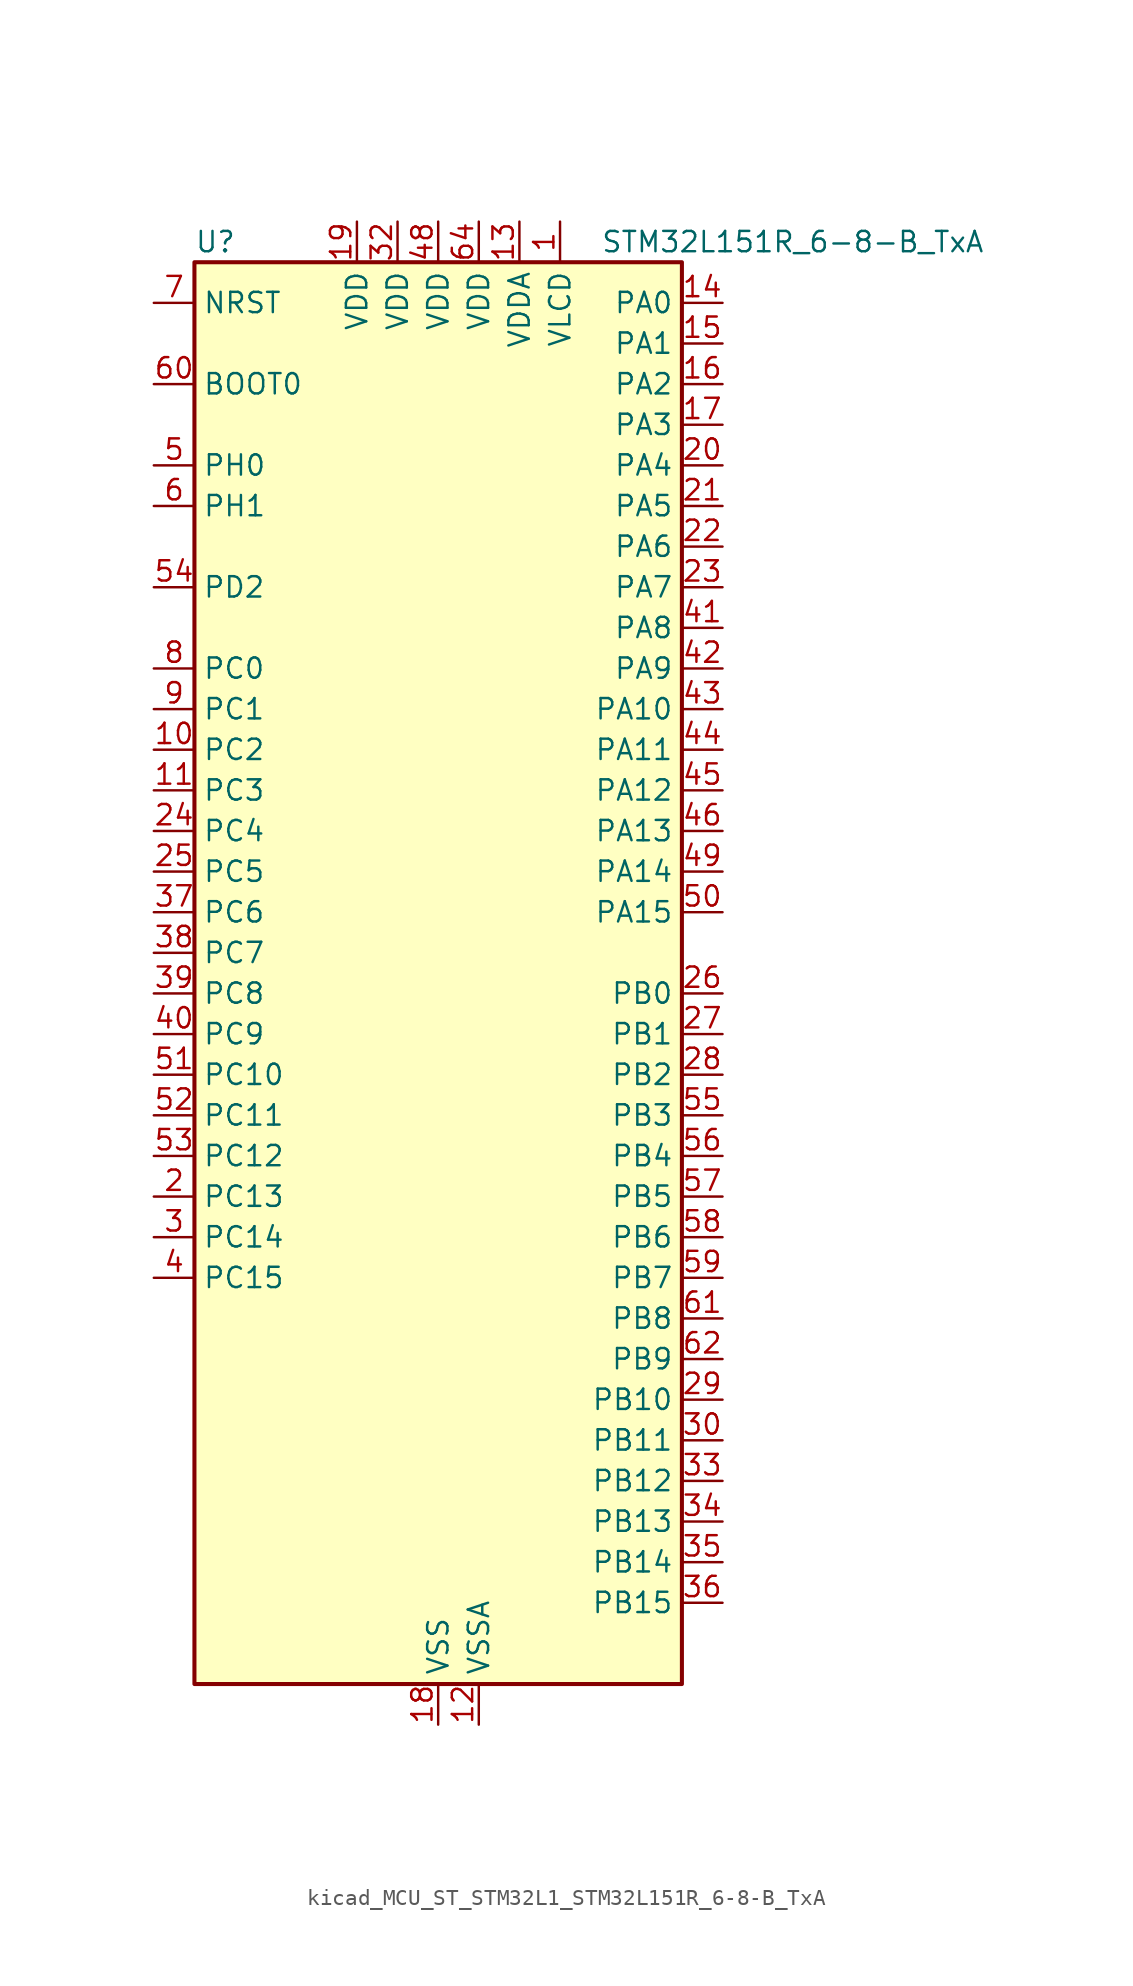
<source format=kicad_sym>
(kicad_symbol_lib
  (version 20220914)
  (generator kicad_symbol_editor)
  (symbol "kicad_MCU_ST_STM32L1_STM32L151R_6-8-B_TxA"
    (property "Reference" "U"
      (at -15.24 46.99 0)
      (effects (font (size 1.27 1.27)) (justify left)))
    (property "Value" "STM32L151R_6-8-B_TxA"
      (at 10.16 46.99 0)
      (effects (font (size 1.27 1.27)) (justify left)))
    (property "ki_locked" ""
      (at 0 0 0)
      (effects (font (size 1.27 1.27))))
    (symbol "kicad_MCU_ST_STM32L1_STM32L151R_6-8-B_TxA_0_1"
      (rectangle (start -15.24 -43.18) (end 15.24 45.72) (stroke (width 0.254) (type default)) (fill (type background))))
    (symbol "kicad_MCU_ST_STM32L1_STM32L151R_6-8-B_TxA_1_1"
      (pin power_in line (at 7.62 48.26 270) (length 2.54) (name "VLCD" (effects (font (size 1.27 1.27)))) (number "1" (effects (font (size 1.27 1.27)))))
      (pin bidirectional line (at -17.78 15.24 0) (length 2.54) (name "PC2" (effects (font (size 1.27 1.27)))) (number "10" (effects (font (size 1.27 1.27)))) (alternate "ADC_IN12" bidirectional line) (alternate "COMP1_INP" bidirectional line) (alternate "TIMX_IC3" bidirectional line) (alternate "TS_G8_IO3" bidirectional line))
      (pin bidirectional line (at -17.78 12.7 0) (length 2.54) (name "PC3" (effects (font (size 1.27 1.27)))) (number "11" (effects (font (size 1.27 1.27)))) (alternate "ADC_IN13" bidirectional line) (alternate "COMP1_INP" bidirectional line) (alternate "TIMX_IC4" bidirectional line) (alternate "TS_G8_IO4" bidirectional line))
      (pin power_in line (at 2.54 -45.72 90) (length 2.54) (name "VSSA" (effects (font (size 1.27 1.27)))) (number "12" (effects (font (size 1.27 1.27)))))
      (pin power_in line (at 5.08 48.26 270) (length 2.54) (name "VDDA" (effects (font (size 1.27 1.27)))) (number "13" (effects (font (size 1.27 1.27)))))
      (pin bidirectional line (at 17.78 43.18 180) (length 2.54) (name "PA0" (effects (font (size 1.27 1.27)))) (number "14" (effects (font (size 1.27 1.27)))) (alternate "ADC_IN0" bidirectional line) (alternate "COMP1_INP" bidirectional line) (alternate "RTC_TAMP2" bidirectional line) (alternate "SYS_WKUP1" bidirectional line) (alternate "TIM2_CH1" bidirectional line) (alternate "TIM2_ETR" bidirectional line) (alternate "TIMX_IC1" bidirectional line) (alternate "TS_G1_IO1" bidirectional line) (alternate "USART2_CTS" bidirectional line))
      (pin bidirectional line (at 17.78 40.64 180) (length 2.54) (name "PA1" (effects (font (size 1.27 1.27)))) (number "15" (effects (font (size 1.27 1.27)))) (alternate "ADC_IN1" bidirectional line) (alternate "COMP1_INP" bidirectional line) (alternate "TIM2_CH2" bidirectional line) (alternate "TIMX_IC2" bidirectional line) (alternate "TS_G1_IO2" bidirectional line) (alternate "USART2_RTS" bidirectional line))
      (pin bidirectional line (at 17.78 38.1 180) (length 2.54) (name "PA2" (effects (font (size 1.27 1.27)))) (number "16" (effects (font (size 1.27 1.27)))) (alternate "ADC_IN2" bidirectional line) (alternate "COMP1_INP" bidirectional line) (alternate "TIM2_CH3" bidirectional line) (alternate "TIM9_CH1" bidirectional line) (alternate "TIMX_IC3" bidirectional line) (alternate "TS_G1_IO3" bidirectional line) (alternate "USART2_TX" bidirectional line))
      (pin bidirectional line (at 17.78 35.56 180) (length 2.54) (name "PA3" (effects (font (size 1.27 1.27)))) (number "17" (effects (font (size 1.27 1.27)))) (alternate "ADC_IN3" bidirectional line) (alternate "COMP1_INP" bidirectional line) (alternate "TIM2_CH4" bidirectional line) (alternate "TIM9_CH2" bidirectional line) (alternate "TIMX_IC4" bidirectional line) (alternate "TS_G1_IO4" bidirectional line) (alternate "USART2_RX" bidirectional line))
      (pin power_in line (at 0 -45.72 90) (length 2.54) (name "VSS" (effects (font (size 1.27 1.27)))) (number "18" (effects (font (size 1.27 1.27)))))
      (pin power_in line (at -5.08 48.26 270) (length 2.54) (name "VDD" (effects (font (size 1.27 1.27)))) (number "19" (effects (font (size 1.27 1.27)))))
      (pin bidirectional line (at -17.78 -12.7 0) (length 2.54) (name "PC13" (effects (font (size 1.27 1.27)))) (number "2" (effects (font (size 1.27 1.27)))) (alternate "RTC_OUT_ALARM" bidirectional line) (alternate "RTC_OUT_CALIB" bidirectional line) (alternate "RTC_TAMP1" bidirectional line) (alternate "RTC_TS" bidirectional line) (alternate "SYS_WKUP2" bidirectional line) (alternate "TIMX_IC2" bidirectional line))
      (pin bidirectional line (at 17.78 33.02 180) (length 2.54) (name "PA4" (effects (font (size 1.27 1.27)))) (number "20" (effects (font (size 1.27 1.27)))) (alternate "ADC_IN4" bidirectional line) (alternate "COMP1_INP" bidirectional line) (alternate "DAC_OUT1" bidirectional line) (alternate "SPI1_NSS" bidirectional line) (alternate "TIMX_IC1" bidirectional line) (alternate "USART2_CK" bidirectional line))
      (pin bidirectional line (at 17.78 30.48 180) (length 2.54) (name "PA5" (effects (font (size 1.27 1.27)))) (number "21" (effects (font (size 1.27 1.27)))) (alternate "ADC_IN5" bidirectional line) (alternate "COMP1_INP" bidirectional line) (alternate "DAC_OUT2" bidirectional line) (alternate "SPI1_SCK" bidirectional line) (alternate "TIM2_CH1" bidirectional line) (alternate "TIM2_ETR" bidirectional line) (alternate "TIMX_IC2" bidirectional line))
      (pin bidirectional line (at 17.78 27.94 180) (length 2.54) (name "PA6" (effects (font (size 1.27 1.27)))) (number "22" (effects (font (size 1.27 1.27)))) (alternate "ADC_IN6" bidirectional line) (alternate "COMP1_INP" bidirectional line) (alternate "SPI1_MISO" bidirectional line) (alternate "TIM10_CH1" bidirectional line) (alternate "TIM3_CH1" bidirectional line) (alternate "TIMX_IC3" bidirectional line) (alternate "TS_G2_IO1" bidirectional line))
      (pin bidirectional line (at 17.78 25.4 180) (length 2.54) (name "PA7" (effects (font (size 1.27 1.27)))) (number "23" (effects (font (size 1.27 1.27)))) (alternate "ADC_IN7" bidirectional line) (alternate "COMP1_INP" bidirectional line) (alternate "SPI1_MOSI" bidirectional line) (alternate "TIM11_CH1" bidirectional line) (alternate "TIM3_CH2" bidirectional line) (alternate "TIMX_IC4" bidirectional line) (alternate "TS_G2_IO2" bidirectional line))
      (pin bidirectional line (at -17.78 10.16 0) (length 2.54) (name "PC4" (effects (font (size 1.27 1.27)))) (number "24" (effects (font (size 1.27 1.27)))) (alternate "ADC_IN14" bidirectional line) (alternate "COMP1_INP" bidirectional line) (alternate "TIMX_IC1" bidirectional line) (alternate "TS_G9_IO1" bidirectional line))
      (pin bidirectional line (at -17.78 7.62 0) (length 2.54) (name "PC5" (effects (font (size 1.27 1.27)))) (number "25" (effects (font (size 1.27 1.27)))) (alternate "ADC_IN15" bidirectional line) (alternate "COMP1_INP" bidirectional line) (alternate "TIMX_IC2" bidirectional line) (alternate "TS_G9_IO2" bidirectional line))
      (pin bidirectional line (at 17.78 0 180) (length 2.54) (name "PB0" (effects (font (size 1.27 1.27)))) (number "26" (effects (font (size 1.27 1.27)))) (alternate "ADC_IN8" bidirectional line) (alternate "COMP1_INP" bidirectional line) (alternate "SYS_V_REF_OUT" bidirectional line) (alternate "TIM3_CH3" bidirectional line) (alternate "TS_G3_IO1" bidirectional line))
      (pin bidirectional line (at 17.78 -2.54 180) (length 2.54) (name "PB1" (effects (font (size 1.27 1.27)))) (number "27" (effects (font (size 1.27 1.27)))) (alternate "ADC_IN9" bidirectional line) (alternate "COMP1_INP" bidirectional line) (alternate "SYS_V_REF_OUT" bidirectional line) (alternate "TIM3_CH4" bidirectional line) (alternate "TS_G3_IO2" bidirectional line))
      (pin bidirectional line (at 17.78 -5.08 180) (length 2.54) (name "PB2" (effects (font (size 1.27 1.27)))) (number "28" (effects (font (size 1.27 1.27)))) (alternate "TS_G3_IO3" bidirectional line))
      (pin bidirectional line (at 17.78 -25.4 180) (length 2.54) (name "PB10" (effects (font (size 1.27 1.27)))) (number "29" (effects (font (size 1.27 1.27)))) (alternate "I2C2_SCL" bidirectional line) (alternate "TIM2_CH3" bidirectional line) (alternate "USART3_TX" bidirectional line))
      (pin bidirectional line (at -17.78 -15.24 0) (length 2.54) (name "PC14" (effects (font (size 1.27 1.27)))) (number "3" (effects (font (size 1.27 1.27)))) (alternate "RCC_OSC32_IN" bidirectional line) (alternate "TIMX_IC3" bidirectional line))
      (pin bidirectional line (at 17.78 -27.94 180) (length 2.54) (name "PB11" (effects (font (size 1.27 1.27)))) (number "30" (effects (font (size 1.27 1.27)))) (alternate "ADC_EXTI11" bidirectional line) (alternate "I2C2_SDA" bidirectional line) (alternate "TIM2_CH4" bidirectional line) (alternate "USART3_RX" bidirectional line))
      (pin passive line (at 0 -45.72 90) (length 2.54) hide (name "VSS" (effects (font (size 1.27 1.27)))) (number "31" (effects (font (size 1.27 1.27)))))
      (pin power_in line (at -2.54 48.26 270) (length 2.54) (name "VDD" (effects (font (size 1.27 1.27)))) (number "32" (effects (font (size 1.27 1.27)))))
      (pin bidirectional line (at 17.78 -30.48 180) (length 2.54) (name "PB12" (effects (font (size 1.27 1.27)))) (number "33" (effects (font (size 1.27 1.27)))) (alternate "ADC_IN18" bidirectional line) (alternate "COMP1_INP" bidirectional line) (alternate "I2C2_SMBA" bidirectional line) (alternate "SPI2_NSS" bidirectional line) (alternate "TIM10_CH1" bidirectional line) (alternate "TS_G7_IO1" bidirectional line) (alternate "USART3_CK" bidirectional line))
      (pin bidirectional line (at 17.78 -33.02 180) (length 2.54) (name "PB13" (effects (font (size 1.27 1.27)))) (number "34" (effects (font (size 1.27 1.27)))) (alternate "ADC_IN19" bidirectional line) (alternate "COMP1_INP" bidirectional line) (alternate "SPI2_SCK" bidirectional line) (alternate "TIM9_CH1" bidirectional line) (alternate "TS_G7_IO2" bidirectional line) (alternate "USART3_CTS" bidirectional line))
      (pin bidirectional line (at 17.78 -35.56 180) (length 2.54) (name "PB14" (effects (font (size 1.27 1.27)))) (number "35" (effects (font (size 1.27 1.27)))) (alternate "ADC_IN20" bidirectional line) (alternate "COMP1_INP" bidirectional line) (alternate "SPI2_MISO" bidirectional line) (alternate "TIM9_CH2" bidirectional line) (alternate "TS_G7_IO3" bidirectional line) (alternate "USART3_RTS" bidirectional line))
      (pin bidirectional line (at 17.78 -38.1 180) (length 2.54) (name "PB15" (effects (font (size 1.27 1.27)))) (number "36" (effects (font (size 1.27 1.27)))) (alternate "ADC_EXTI15" bidirectional line) (alternate "ADC_IN21" bidirectional line) (alternate "COMP1_INP" bidirectional line) (alternate "RTC_REFIN" bidirectional line) (alternate "SPI2_MOSI" bidirectional line) (alternate "TIM11_CH1" bidirectional line) (alternate "TS_G7_IO4" bidirectional line))
      (pin bidirectional line (at -17.78 5.08 0) (length 2.54) (name "PC6" (effects (font (size 1.27 1.27)))) (number "37" (effects (font (size 1.27 1.27)))) (alternate "TIM3_CH1" bidirectional line) (alternate "TIMX_IC3" bidirectional line) (alternate "TS_G10_IO1" bidirectional line))
      (pin bidirectional line (at -17.78 2.54 0) (length 2.54) (name "PC7" (effects (font (size 1.27 1.27)))) (number "38" (effects (font (size 1.27 1.27)))) (alternate "TIM3_CH2" bidirectional line) (alternate "TIMX_IC4" bidirectional line) (alternate "TS_G10_IO2" bidirectional line))
      (pin bidirectional line (at -17.78 0 0) (length 2.54) (name "PC8" (effects (font (size 1.27 1.27)))) (number "39" (effects (font (size 1.27 1.27)))) (alternate "TIM3_CH3" bidirectional line) (alternate "TIMX_IC1" bidirectional line) (alternate "TS_G10_IO3" bidirectional line))
      (pin bidirectional line (at -17.78 -17.78 0) (length 2.54) (name "PC15" (effects (font (size 1.27 1.27)))) (number "4" (effects (font (size 1.27 1.27)))) (alternate "ADC_EXTI15" bidirectional line) (alternate "RCC_OSC32_OUT" bidirectional line) (alternate "TIMX_IC4" bidirectional line))
      (pin bidirectional line (at -17.78 -2.54 0) (length 2.54) (name "PC9" (effects (font (size 1.27 1.27)))) (number "40" (effects (font (size 1.27 1.27)))) (alternate "DAC_EXTI9" bidirectional line) (alternate "TIM3_CH4" bidirectional line) (alternate "TIMX_IC2" bidirectional line) (alternate "TS_G10_IO4" bidirectional line))
      (pin bidirectional line (at 17.78 22.86 180) (length 2.54) (name "PA8" (effects (font (size 1.27 1.27)))) (number "41" (effects (font (size 1.27 1.27)))) (alternate "RCC_MCO" bidirectional line) (alternate "TIMX_IC1" bidirectional line) (alternate "TS_G4_IO1" bidirectional line) (alternate "USART1_CK" bidirectional line))
      (pin bidirectional line (at 17.78 20.32 180) (length 2.54) (name "PA9" (effects (font (size 1.27 1.27)))) (number "42" (effects (font (size 1.27 1.27)))) (alternate "DAC_EXTI9" bidirectional line) (alternate "TIMX_IC2" bidirectional line) (alternate "TS_G4_IO2" bidirectional line) (alternate "USART1_TX" bidirectional line))
      (pin bidirectional line (at 17.78 17.78 180) (length 2.54) (name "PA10" (effects (font (size 1.27 1.27)))) (number "43" (effects (font (size 1.27 1.27)))) (alternate "TIMX_IC3" bidirectional line) (alternate "TS_G4_IO3" bidirectional line) (alternate "USART1_RX" bidirectional line))
      (pin bidirectional line (at 17.78 15.24 180) (length 2.54) (name "PA11" (effects (font (size 1.27 1.27)))) (number "44" (effects (font (size 1.27 1.27)))) (alternate "ADC_EXTI11" bidirectional line) (alternate "SPI1_MISO" bidirectional line) (alternate "TIMX_IC4" bidirectional line) (alternate "USART1_CTS" bidirectional line) (alternate "USB_DM" bidirectional line))
      (pin bidirectional line (at 17.78 12.7 180) (length 2.54) (name "PA12" (effects (font (size 1.27 1.27)))) (number "45" (effects (font (size 1.27 1.27)))) (alternate "SPI1_MOSI" bidirectional line) (alternate "TIMX_IC1" bidirectional line) (alternate "USART1_RTS" bidirectional line) (alternate "USB_DP" bidirectional line))
      (pin bidirectional line (at 17.78 10.16 180) (length 2.54) (name "PA13" (effects (font (size 1.27 1.27)))) (number "46" (effects (font (size 1.27 1.27)))) (alternate "SYS_JTMS-SWDIO" bidirectional line) (alternate "TIMX_IC2" bidirectional line) (alternate "TS_G5_IO1" bidirectional line))
      (pin passive line (at 0 -45.72 90) (length 2.54) hide (name "VSS" (effects (font (size 1.27 1.27)))) (number "47" (effects (font (size 1.27 1.27)))))
      (pin power_in line (at 0 48.26 270) (length 2.54) (name "VDD" (effects (font (size 1.27 1.27)))) (number "48" (effects (font (size 1.27 1.27)))))
      (pin bidirectional line (at 17.78 7.62 180) (length 2.54) (name "PA14" (effects (font (size 1.27 1.27)))) (number "49" (effects (font (size 1.27 1.27)))) (alternate "SYS_JTCK-SWCLK" bidirectional line) (alternate "TIMX_IC3" bidirectional line) (alternate "TS_G5_IO2" bidirectional line))
      (pin bidirectional line (at -17.78 33.02 0) (length 2.54) (name "PH0" (effects (font (size 1.27 1.27)))) (number "5" (effects (font (size 1.27 1.27)))) (alternate "RCC_OSC_IN" bidirectional line))
      (pin bidirectional line (at 17.78 5.08 180) (length 2.54) (name "PA15" (effects (font (size 1.27 1.27)))) (number "50" (effects (font (size 1.27 1.27)))) (alternate "ADC_EXTI15" bidirectional line) (alternate "SPI1_NSS" bidirectional line) (alternate "SYS_JTDI" bidirectional line) (alternate "TIM2_CH1" bidirectional line) (alternate "TIM2_ETR" bidirectional line) (alternate "TIMX_IC4" bidirectional line) (alternate "TS_G5_IO3" bidirectional line))
      (pin bidirectional line (at -17.78 -5.08 0) (length 2.54) (name "PC10" (effects (font (size 1.27 1.27)))) (number "51" (effects (font (size 1.27 1.27)))) (alternate "TIMX_IC3" bidirectional line) (alternate "USART3_TX" bidirectional line))
      (pin bidirectional line (at -17.78 -7.62 0) (length 2.54) (name "PC11" (effects (font (size 1.27 1.27)))) (number "52" (effects (font (size 1.27 1.27)))) (alternate "ADC_EXTI11" bidirectional line) (alternate "TIMX_IC4" bidirectional line) (alternate "USART3_RX" bidirectional line))
      (pin bidirectional line (at -17.78 -10.16 0) (length 2.54) (name "PC12" (effects (font (size 1.27 1.27)))) (number "53" (effects (font (size 1.27 1.27)))) (alternate "TIMX_IC1" bidirectional line) (alternate "USART3_CK" bidirectional line))
      (pin bidirectional line (at -17.78 25.4 0) (length 2.54) (name "PD2" (effects (font (size 1.27 1.27)))) (number "54" (effects (font (size 1.27 1.27)))) (alternate "TIM3_ETR" bidirectional line) (alternate "TIMX_IC3" bidirectional line))
      (pin bidirectional line (at 17.78 -7.62 180) (length 2.54) (name "PB3" (effects (font (size 1.27 1.27)))) (number "55" (effects (font (size 1.27 1.27)))) (alternate "COMP2_INM" bidirectional line) (alternate "SPI1_SCK" bidirectional line) (alternate "SYS_JTDO-TRACESWO" bidirectional line) (alternate "TIM2_CH2" bidirectional line))
      (pin bidirectional line (at 17.78 -10.16 180) (length 2.54) (name "PB4" (effects (font (size 1.27 1.27)))) (number "56" (effects (font (size 1.27 1.27)))) (alternate "COMP2_INP" bidirectional line) (alternate "SPI1_MISO" bidirectional line) (alternate "SYS_JTRST" bidirectional line) (alternate "TIM3_CH1" bidirectional line) (alternate "TS_G6_IO1" bidirectional line))
      (pin bidirectional line (at 17.78 -12.7 180) (length 2.54) (name "PB5" (effects (font (size 1.27 1.27)))) (number "57" (effects (font (size 1.27 1.27)))) (alternate "COMP2_INP" bidirectional line) (alternate "I2C1_SMBA" bidirectional line) (alternate "SPI1_MOSI" bidirectional line) (alternate "TIM3_CH2" bidirectional line) (alternate "TS_G6_IO2" bidirectional line))
      (pin bidirectional line (at 17.78 -15.24 180) (length 2.54) (name "PB6" (effects (font (size 1.27 1.27)))) (number "58" (effects (font (size 1.27 1.27)))) (alternate "I2C1_SCL" bidirectional line) (alternate "TIM4_CH1" bidirectional line) (alternate "TS_G6_IO3" bidirectional line) (alternate "USART1_TX" bidirectional line))
      (pin bidirectional line (at 17.78 -17.78 180) (length 2.54) (name "PB7" (effects (font (size 1.27 1.27)))) (number "59" (effects (font (size 1.27 1.27)))) (alternate "I2C1_SDA" bidirectional line) (alternate "SYS_PVD_IN" bidirectional line) (alternate "TIM4_CH2" bidirectional line) (alternate "TS_G6_IO4" bidirectional line) (alternate "USART1_RX" bidirectional line))
      (pin bidirectional line (at -17.78 30.48 0) (length 2.54) (name "PH1" (effects (font (size 1.27 1.27)))) (number "6" (effects (font (size 1.27 1.27)))) (alternate "RCC_OSC_OUT" bidirectional line))
      (pin input line (at -17.78 38.1 0) (length 2.54) (name "BOOT0" (effects (font (size 1.27 1.27)))) (number "60" (effects (font (size 1.27 1.27)))))
      (pin bidirectional line (at 17.78 -20.32 180) (length 2.54) (name "PB8" (effects (font (size 1.27 1.27)))) (number "61" (effects (font (size 1.27 1.27)))) (alternate "I2C1_SCL" bidirectional line) (alternate "TIM10_CH1" bidirectional line) (alternate "TIM4_CH3" bidirectional line))
      (pin bidirectional line (at 17.78 -22.86 180) (length 2.54) (name "PB9" (effects (font (size 1.27 1.27)))) (number "62" (effects (font (size 1.27 1.27)))) (alternate "DAC_EXTI9" bidirectional line) (alternate "I2C1_SDA" bidirectional line) (alternate "TIM11_CH1" bidirectional line) (alternate "TIM4_CH4" bidirectional line))
      (pin passive line (at 0 -45.72 90) (length 2.54) hide (name "VSS" (effects (font (size 1.27 1.27)))) (number "63" (effects (font (size 1.27 1.27)))))
      (pin power_in line (at 2.54 48.26 270) (length 2.54) (name "VDD" (effects (font (size 1.27 1.27)))) (number "64" (effects (font (size 1.27 1.27)))))
      (pin input line (at -17.78 43.18 0) (length 2.54) (name "NRST" (effects (font (size 1.27 1.27)))) (number "7" (effects (font (size 1.27 1.27)))))
      (pin bidirectional line (at -17.78 20.32 0) (length 2.54) (name "PC0" (effects (font (size 1.27 1.27)))) (number "8" (effects (font (size 1.27 1.27)))) (alternate "ADC_IN10" bidirectional line) (alternate "COMP1_INP" bidirectional line) (alternate "TIMX_IC1" bidirectional line) (alternate "TS_G8_IO1" bidirectional line))
      (pin bidirectional line (at -17.78 17.78 0) (length 2.54) (name "PC1" (effects (font (size 1.27 1.27)))) (number "9" (effects (font (size 1.27 1.27)))) (alternate "ADC_IN11" bidirectional line) (alternate "COMP1_INP" bidirectional line) (alternate "TIMX_IC2" bidirectional line) (alternate "TS_G8_IO2" bidirectional line)))))
</source>
